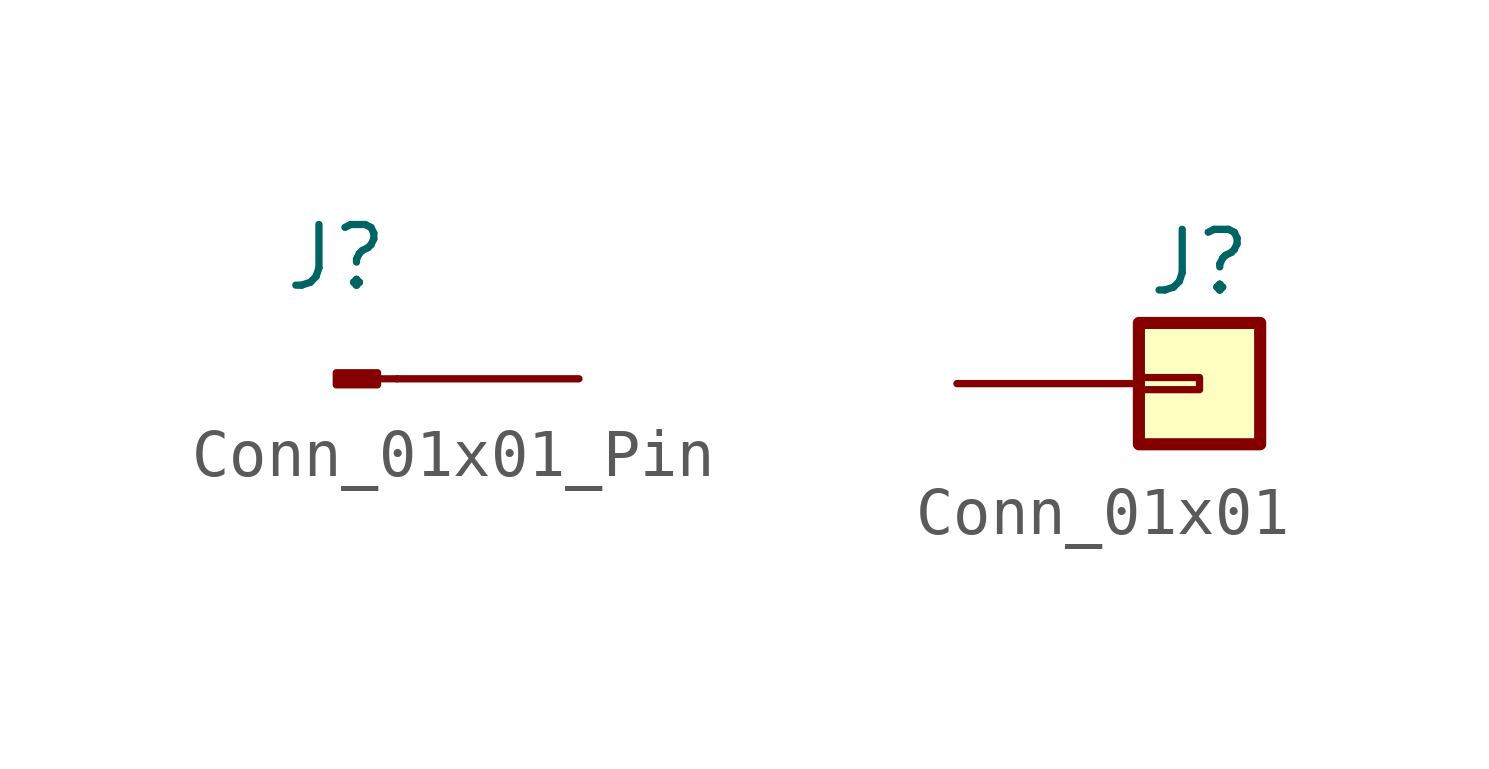
<source format=kicad_sym>
(kicad_symbol_lib
  (version 20220914)
  (generator kicad_symbol_editor)
  (symbol "Conn_01x01_Pin"
    (pin_numbers hide)
    (pin_names
      (offset 1.016) hide)
    (property "Reference" "J"
      (at 0 2.54 0)
      (effects (font (size 1.27 1.27))))
    (property "ki_locked" ""
      (at 0 0 0)
      (effects (font (size 1.27 1.27))))
    (symbol "Conn_01x01_Pin_1_1"
      (polyline (pts (xy 1.27 0) (xy 0.864 0)) (stroke (width 0.152) (type default)) (fill (type none)))
      (rectangle (start 0.864 0.127) (end 0 -0.127) (stroke (width 0.152) (type default)) (fill (type outline)))
      (pin passive line (at 5.08 0 180) (length 3.81) (name "Pin_1" (effects (font (size 1.27 1.27)))) (number "1" (effects (font (size 1.27 1.27)))))))
  (symbol "Conn_01x01"
    (pin_numbers hide)
    (pin_names
      (offset 1.016) hide)
    (property "Reference" "J"
      (at 0 2.54 0)
      (effects (font (size 1.27 1.27))))
    (symbol "Conn_01x01_1_1"
      (rectangle (start -1.27 0.127) (end 0 -0.127) (stroke (width 0.152) (type default)) (fill (type none)))
      (rectangle (start -1.27 1.27) (end 1.27 -1.27) (stroke (width 0.254) (type default)) (fill (type background)))
      (pin passive line (at -5.08 0 0) (length 3.81) (name "Pin_1" (effects (font (size 1.27 1.27)))) (number "1" (effects (font (size 1.27 1.27))))))))
</source>
